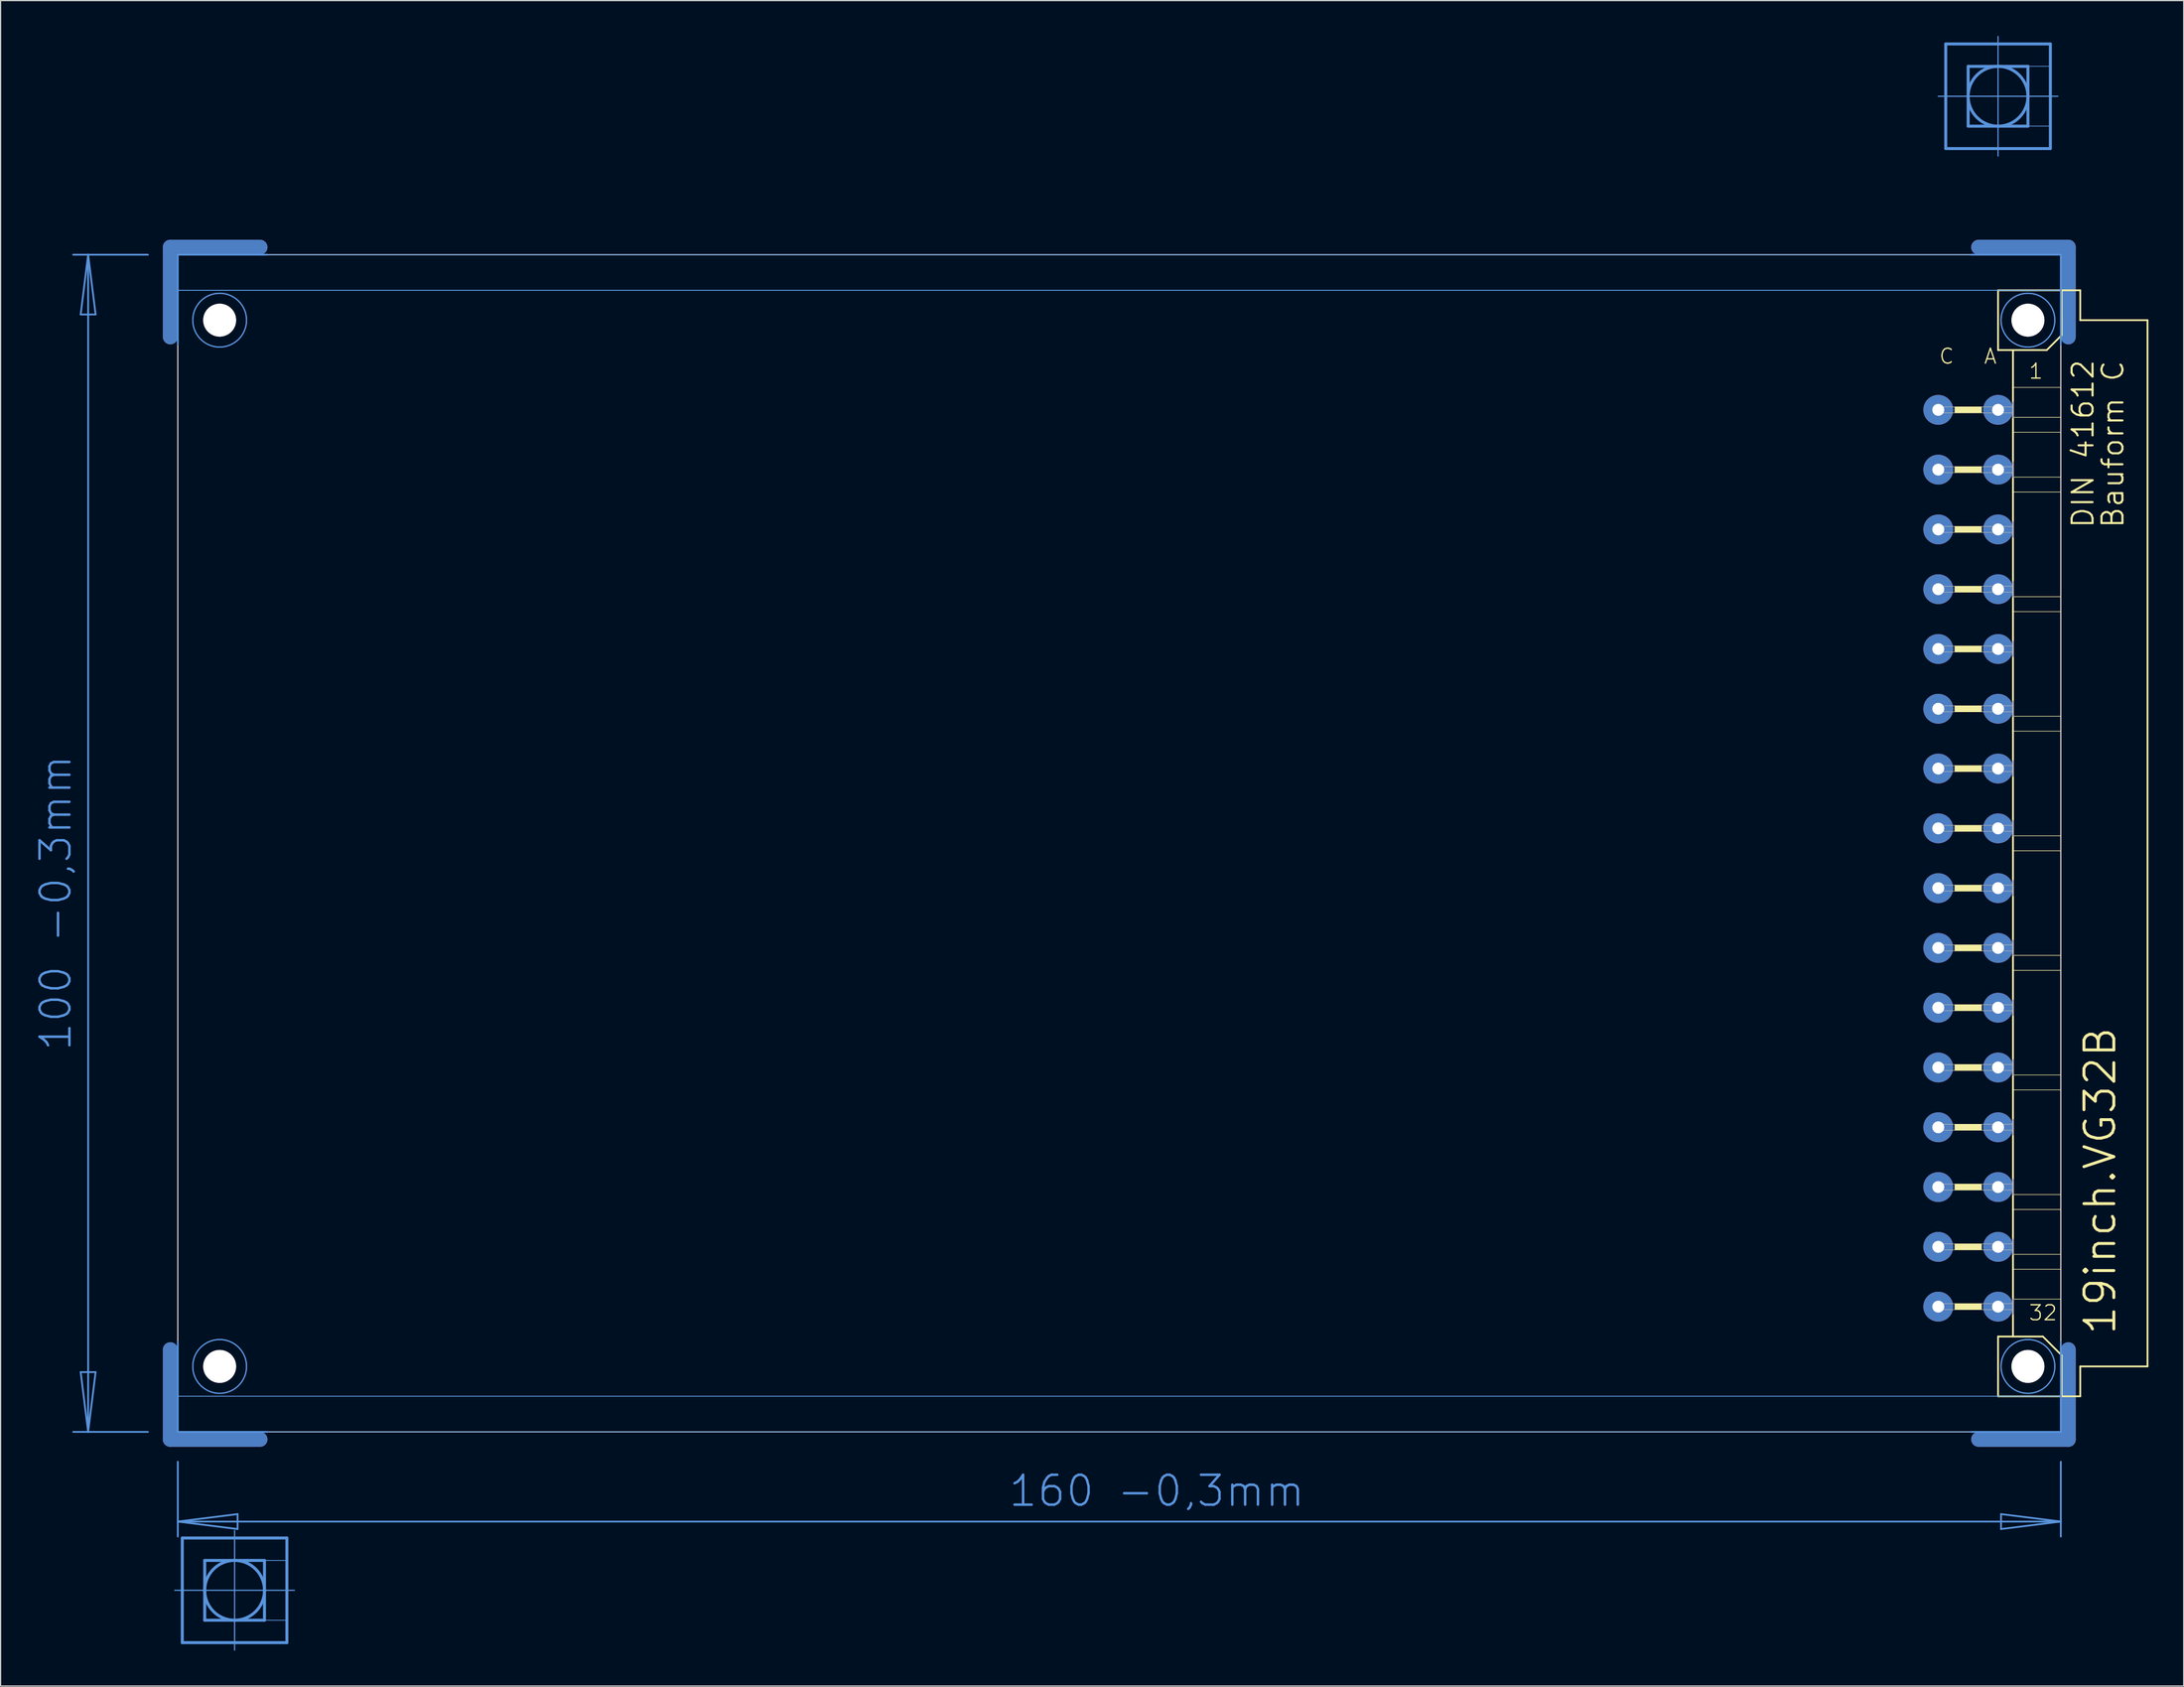
<source format=kicad_pcb>
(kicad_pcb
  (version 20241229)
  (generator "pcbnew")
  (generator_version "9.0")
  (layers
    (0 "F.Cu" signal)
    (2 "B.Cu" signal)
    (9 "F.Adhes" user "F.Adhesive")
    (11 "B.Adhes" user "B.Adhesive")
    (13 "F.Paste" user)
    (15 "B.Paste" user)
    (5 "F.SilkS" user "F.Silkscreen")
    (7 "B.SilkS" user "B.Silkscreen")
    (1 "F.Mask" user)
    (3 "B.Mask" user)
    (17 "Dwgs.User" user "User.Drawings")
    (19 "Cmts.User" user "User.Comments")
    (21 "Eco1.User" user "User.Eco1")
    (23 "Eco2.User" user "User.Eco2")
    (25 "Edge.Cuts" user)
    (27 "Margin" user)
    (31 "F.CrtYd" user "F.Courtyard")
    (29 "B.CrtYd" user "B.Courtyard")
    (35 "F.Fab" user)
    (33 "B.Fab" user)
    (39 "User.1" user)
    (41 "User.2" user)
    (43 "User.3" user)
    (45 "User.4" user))
  (footprint "19inch.VG32B"
    (layer "F.Cu")
    (at 11.806 68.605)
    (property "Reference" "19inch.VG32B" (at 165.1 41.91 90) (layer "F.SilkS") (effects (font (size 2.54 2.54) (thickness 0.25)) (justify left bottom)))
    (attr through_hole)
    (fp_line (start -0.381 -43.028) (end -0.381 -50.648) (stroke (width 1.27) (type default)) (layer "F.Cu"))
    (fp_line (start -0.381 43.028) (end -0.381 50.648) (stroke (width 1.27) (type default)) (layer "F.Cu"))
    (fp_line (start 7.239 -50.648) (end -0.381 -50.648) (stroke (width 1.27) (type default)) (layer "F.Cu"))
    (fp_line (start 7.239 50.648) (end -0.381 50.648) (stroke (width 1.27) (type default)) (layer "F.Cu"))
    (fp_line (start 153.289 -50.648) (end 160.909 -50.648) (stroke (width 1.27) (type default)) (layer "F.Cu"))
    (fp_line (start 153.289 50.648) (end 160.909 50.648) (stroke (width 1.27) (type default)) (layer "F.Cu"))
    (fp_line (start 160.909 -43.028) (end 160.909 -50.648) (stroke (width 1.27) (type default)) (layer "F.Cu"))
    (fp_line (start 160.909 43.028) (end 160.909 50.648) (stroke (width 1.27) (type default)) (layer "F.Cu"))
    (fp_line (start 0.254 -42.393) (end 0.254 -50.013) (stroke (width 0.152) (type default)) (layer "F.Mask"))
    (fp_line (start 0.254 42.393) (end 0.254 50.013) (stroke (width 0.152) (type default)) (layer "F.Mask"))
    (fp_line (start 7.874 -50.013) (end 0.254 -50.013) (stroke (width 0.152) (type default)) (layer "F.Mask"))
    (fp_line (start 7.874 50.013) (end 0.254 50.013) (stroke (width 0.152) (type default)) (layer "F.Mask"))
    (fp_line (start 152.654 -50.013) (end 160.274 -50.013) (stroke (width 0.152) (type default)) (layer "F.Mask"))
    (fp_line (start 152.654 50.013) (end 160.274 50.013) (stroke (width 0.152) (type default)) (layer "F.Mask"))
    (fp_line (start 160.274 -42.393) (end 160.274 -50.013) (stroke (width 0.152) (type default)) (layer "F.Mask"))
    (fp_line (start 160.274 42.393) (end 160.274 50.013) (stroke (width 0.152) (type default)) (layer "F.Mask"))
    (fp_line (start -0.381 -43.028) (end -0.381 -50.648) (stroke (width 1.27) (type default)) (layer "B.Cu"))
    (fp_line (start -0.381 43.028) (end -0.381 50.648) (stroke (width 1.27) (type default)) (layer "B.Cu"))
    (fp_line (start 7.239 -50.648) (end -0.381 -50.648) (stroke (width 1.27) (type default)) (layer "B.Cu"))
    (fp_line (start 7.239 50.648) (end -0.381 50.648) (stroke (width 1.27) (type default)) (layer "B.Cu"))
    (fp_line (start 153.289 -50.648) (end 160.909 -50.648) (stroke (width 1.27) (type default)) (layer "B.Cu"))
    (fp_line (start 153.289 50.648) (end 160.909 50.648) (stroke (width 1.27) (type default)) (layer "B.Cu"))
    (fp_line (start 160.909 -43.028) (end 160.909 -50.648) (stroke (width 1.27) (type default)) (layer "B.Cu"))
    (fp_line (start 160.909 43.028) (end 160.909 50.648) (stroke (width 1.27) (type default)) (layer "B.Cu"))
    (fp_line (start 0.254 -50.013) (end 7.874 -50.013) (stroke (width 0.152) (type default)) (layer "B.Mask"))
    (fp_line (start 0.254 -42.393) (end 0.254 -50.013) (stroke (width 0.152) (type default)) (layer "B.Mask"))
    (fp_line (start 0.254 50.013) (end 0.254 42.393) (stroke (width 0.152) (type default)) (layer "B.Mask"))
    (fp_line (start 7.874 50.013) (end 0.254 50.013) (stroke (width 0.152) (type default)) (layer "B.Mask"))
    (fp_line (start 152.654 -50.013) (end 160.274 -50.013) (stroke (width 0.152) (type default)) (layer "B.Mask"))
    (fp_line (start 160.274 -50.013) (end 160.274 -42.393) (stroke (width 0.152) (type default)) (layer "B.Mask"))
    (fp_line (start 160.274 42.393) (end 160.274 50.013) (stroke (width 0.152) (type default)) (layer "B.Mask"))
    (fp_line (start 160.274 50.013) (end 152.654 50.013) (stroke (width 0.152) (type default)) (layer "B.Mask"))
    (fp_line (start 154.94 -46.99) (end 154.94 -41.91) (stroke (width 0.152) (type default)) (layer "F.SilkS"))
    (fp_line (start 154.94 -41.91) (end 156.21 -41.91) (stroke (width 0.152) (type default)) (layer "F.SilkS"))
    (fp_line (start 154.94 41.91) (end 154.94 46.99) (stroke (width 0.152) (type default)) (layer "F.SilkS"))
    (fp_line (start 154.94 41.91) (end 156.21 41.91) (stroke (width 0.152) (type default)) (layer "F.SilkS"))
    (fp_line (start 154.94 46.99) (end 160.35 46.99) (stroke (width 0.152) (type default)) (layer "F.SilkS"))
    (fp_line (start 156.21 -41.91) (end 156.21 -38.735) (stroke (width 0.152) (type default)) (layer "F.SilkS"))
    (fp_line (start 156.21 -41.91) (end 159.08 -41.91) (stroke (width 0.152) (type default)) (layer "F.SilkS"))
    (fp_line (start 156.21 -38.735) (end 156.21 -37.465) (stroke (width 0.152) (type default)) (layer "F.SilkS"))
    (fp_line (start 156.21 -36.195) (end 156.21 -34.925) (stroke (width 0.152) (type default)) (layer "F.SilkS"))
    (fp_line (start 156.21 -32.385) (end 156.21 -34.925) (stroke (width 0.152) (type default)) (layer "F.SilkS"))
    (fp_line (start 156.21 -31.115) (end 156.21 -29.845) (stroke (width 0.152) (type default)) (layer "F.SilkS"))
    (fp_line (start 156.21 -27.305) (end 156.21 -29.845) (stroke (width 0.152) (type default)) (layer "F.SilkS"))
    (fp_line (start 156.21 -22.225) (end 156.21 -26.035) (stroke (width 0.152) (type default)) (layer "F.SilkS"))
    (fp_line (start 156.21 -20.955) (end 156.21 -19.685) (stroke (width 0.152) (type default)) (layer "F.SilkS"))
    (fp_line (start 156.21 -17.145) (end 156.21 -19.685) (stroke (width 0.152) (type default)) (layer "F.SilkS"))
    (fp_line (start 156.21 -12.065) (end 156.21 -15.875) (stroke (width 0.152) (type default)) (layer "F.SilkS"))
    (fp_line (start 156.21 -10.795) (end 156.21 -9.525) (stroke (width 0.152) (type default)) (layer "F.SilkS"))
    (fp_line (start 156.21 -6.985) (end 156.21 -9.525) (stroke (width 0.152) (type default)) (layer "F.SilkS"))
    (fp_line (start 156.21 -1.905) (end 156.21 -5.715) (stroke (width 0.152) (type default)) (layer "F.SilkS"))
    (fp_line (start 156.21 -0.635) (end 156.21 0.635) (stroke (width 0.152) (type default)) (layer "F.SilkS"))
    (fp_line (start 156.21 3.175) (end 156.21 0.635) (stroke (width 0.152) (type default)) (layer "F.SilkS"))
    (fp_line (start 156.21 8.255) (end 156.21 4.445) (stroke (width 0.152) (type default)) (layer "F.SilkS"))
    (fp_line (start 156.21 9.525) (end 156.21 10.795) (stroke (width 0.152) (type default)) (layer "F.SilkS"))
    (fp_line (start 156.21 13.335) (end 156.21 10.795) (stroke (width 0.152) (type default)) (layer "F.SilkS"))
    (fp_line (start 156.21 18.415) (end 156.21 14.605) (stroke (width 0.152) (type default)) (layer "F.SilkS"))
    (fp_line (start 156.21 19.685) (end 156.21 20.955) (stroke (width 0.152) (type default)) (layer "F.SilkS"))
    (fp_line (start 156.21 23.495) (end 156.21 20.955) (stroke (width 0.152) (type default)) (layer "F.SilkS"))
    (fp_line (start 156.21 28.575) (end 156.21 24.765) (stroke (width 0.152) (type default)) (layer "F.SilkS"))
    (fp_line (start 156.21 29.845) (end 156.21 31.115) (stroke (width 0.152) (type default)) (layer "F.SilkS"))
    (fp_line (start 156.21 33.655) (end 156.21 31.115) (stroke (width 0.152) (type default)) (layer "F.SilkS"))
    (fp_line (start 156.21 34.925) (end 156.21 36.195) (stroke (width 0.152) (type default)) (layer "F.SilkS"))
    (fp_line (start 156.21 36.195) (end 156.21 38.735) (stroke (width 0.152) (type default)) (layer "F.SilkS"))
    (fp_line (start 156.21 40.005) (end 156.21 41.91) (stroke (width 0.152) (type default)) (layer "F.SilkS"))
    (fp_line (start 156.21 41.91) (end 158.75 41.91) (stroke (width 0.152) (type default)) (layer "F.SilkS"))
    (fp_line (start 159.08 -41.91) (end 160.35 -43.18) (stroke (width 0.152) (type default)) (layer "F.SilkS"))
    (fp_line (start 160.274 -38.735) (end 156.21 -38.735) (stroke (width 0.051) (type default)) (layer "F.SilkS"))
    (fp_line (start 160.274 -38.735) (end 160.274 -36.195) (stroke (width 0.051) (type default)) (layer "F.SilkS"))
    (fp_line (start 160.274 -36.195) (end 156.21 -36.195) (stroke (width 0.051) (type default)) (layer "F.SilkS"))
    (fp_line (start 160.274 -34.925) (end 156.21 -34.925) (stroke (width 0.051) (type default)) (layer "F.SilkS"))
    (fp_line (start 160.274 -34.925) (end 160.274 -31.115) (stroke (width 0.051) (type default)) (layer "F.SilkS"))
    (fp_line (start 160.274 -31.115) (end 156.21 -31.115) (stroke (width 0.051) (type default)) (layer "F.SilkS"))
    (fp_line (start 160.274 -29.845) (end 156.21 -29.845) (stroke (width 0.051) (type default)) (layer "F.SilkS"))
    (fp_line (start 160.274 -29.845) (end 160.274 -20.955) (stroke (width 0.051) (type default)) (layer "F.SilkS"))
    (fp_line (start 160.274 -20.955) (end 156.21 -20.955) (stroke (width 0.051) (type default)) (layer "F.SilkS"))
    (fp_line (start 160.274 -19.685) (end 156.21 -19.685) (stroke (width 0.051) (type default)) (layer "F.SilkS"))
    (fp_line (start 160.274 -19.685) (end 160.274 -10.795) (stroke (width 0.051) (type default)) (layer "F.SilkS"))
    (fp_line (start 160.274 -10.795) (end 156.21 -10.795) (stroke (width 0.051) (type default)) (layer "F.SilkS"))
    (fp_line (start 160.274 -9.525) (end 156.21 -9.525) (stroke (width 0.051) (type default)) (layer "F.SilkS"))
    (fp_line (start 160.274 -9.525) (end 160.274 -0.635) (stroke (width 0.051) (type default)) (layer "F.SilkS"))
    (fp_line (start 160.274 -0.635) (end 156.21 -0.635) (stroke (width 0.051) (type default)) (layer "F.SilkS"))
    (fp_line (start 160.274 0.635) (end 156.21 0.635) (stroke (width 0.051) (type default)) (layer "F.SilkS"))
    (fp_line (start 160.274 0.635) (end 160.274 9.525) (stroke (width 0.051) (type default)) (layer "F.SilkS"))
    (fp_line (start 160.274 9.525) (end 156.21 9.525) (stroke (width 0.051) (type default)) (layer "F.SilkS"))
    (fp_line (start 160.274 10.795) (end 156.21 10.795) (stroke (width 0.051) (type default)) (layer "F.SilkS"))
    (fp_line (start 160.274 10.795) (end 160.274 19.685) (stroke (width 0.051) (type default)) (layer "F.SilkS"))
    (fp_line (start 160.274 19.685) (end 156.21 19.685) (stroke (width 0.051) (type default)) (layer "F.SilkS"))
    (fp_line (start 160.274 20.955) (end 156.21 20.955) (stroke (width 0.051) (type default)) (layer "F.SilkS"))
    (fp_line (start 160.274 20.955) (end 160.274 29.845) (stroke (width 0.051) (type default)) (layer "F.SilkS"))
    (fp_line (start 160.274 29.845) (end 156.21 29.845) (stroke (width 0.051) (type default)) (layer "F.SilkS"))
    (fp_line (start 160.274 31.115) (end 156.21 31.115) (stroke (width 0.051) (type default)) (layer "F.SilkS"))
    (fp_line (start 160.274 31.115) (end 160.274 34.925) (stroke (width 0.051) (type default)) (layer "F.SilkS"))
    (fp_line (start 160.274 34.925) (end 156.21 34.925) (stroke (width 0.051) (type default)) (layer "F.SilkS"))
    (fp_line (start 160.274 36.195) (end 156.21 36.195) (stroke (width 0.051) (type default)) (layer "F.SilkS"))
    (fp_line (start 160.274 36.195) (end 160.274 38.735) (stroke (width 0.051) (type default)) (layer "F.SilkS"))
    (fp_line (start 160.274 38.735) (end 156.21 38.735) (stroke (width 0.051) (type default)) (layer "F.SilkS"))
    (fp_line (start 160.35 -46.99) (end 154.94 -46.99) (stroke (width 0.152) (type default)) (layer "F.SilkS"))
    (fp_line (start 160.35 -43.18) (end 160.35 -46.99) (stroke (width 0.152) (type default)) (layer "F.SilkS"))
    (fp_line (start 160.35 43.51) (end 158.75 41.91) (stroke (width 0.152) (type default)) (layer "F.SilkS"))
    (fp_line (start 160.35 43.51) (end 160.35 46.99) (stroke (width 0.152) (type default)) (layer "F.SilkS"))
    (fp_line (start 160.35 46.99) (end 161.925 46.99) (stroke (width 0.152) (type default)) (layer "F.SilkS"))
    (fp_line (start 161.925 -46.99) (end 160.35 -46.99) (stroke (width 0.152) (type default)) (layer "F.SilkS"))
    (fp_line (start 161.925 -44.45) (end 161.925 -46.99) (stroke (width 0.152) (type default)) (layer "F.SilkS"))
    (fp_line (start 161.925 44.45) (end 167.64 44.45) (stroke (width 0.152) (type default)) (layer "F.SilkS"))
    (fp_line (start 161.925 46.99) (end 161.925 44.45) (stroke (width 0.152) (type default)) (layer "F.SilkS"))
    (fp_line (start 167.64 -44.45) (end 161.925 -44.45) (stroke (width 0.152) (type default)) (layer "F.SilkS"))
    (fp_line (start 167.64 44.45) (end 167.64 -44.45) (stroke (width 0.152) (type default)) (layer "F.SilkS"))
    (fp_rect (start 151.257 -36.576) (end 153.543 -37.084) (stroke (width 0.05) (type default)) (fill yes) (layer "F.SilkS"))
    (fp_rect (start 151.257 -31.496) (end 153.543 -32.004) (stroke (width 0.05) (type default)) (fill yes) (layer "F.SilkS"))
    (fp_rect (start 151.257 -26.416) (end 153.543 -26.924) (stroke (width 0.05) (type default)) (fill yes) (layer "F.SilkS"))
    (fp_rect (start 151.257 -21.336) (end 153.543 -21.844) (stroke (width 0.05) (type default)) (fill yes) (layer "F.SilkS"))
    (fp_rect (start 151.257 -16.256) (end 153.543 -16.764) (stroke (width 0.05) (type default)) (fill yes) (layer "F.SilkS"))
    (fp_rect (start 151.257 -11.176) (end 153.543 -11.684) (stroke (width 0.05) (type default)) (fill yes) (layer "F.SilkS"))
    (fp_rect (start 151.257 -6.096) (end 153.543 -6.604) (stroke (width 0.05) (type default)) (fill yes) (layer "F.SilkS"))
    (fp_rect (start 151.257 -1.016) (end 153.543 -1.524) (stroke (width 0.05) (type default)) (fill yes) (layer "F.SilkS"))
    (fp_rect (start 151.257 4.064) (end 153.543 3.556) (stroke (width 0.05) (type default)) (fill yes) (layer "F.SilkS"))
    (fp_rect (start 151.257 9.144) (end 153.543 8.636) (stroke (width 0.05) (type default)) (fill yes) (layer "F.SilkS"))
    (fp_rect (start 151.257 14.224) (end 153.543 13.716) (stroke (width 0.05) (type default)) (fill yes) (layer "F.SilkS"))
    (fp_rect (start 151.257 19.304) (end 153.543 18.796) (stroke (width 0.05) (type default)) (fill yes) (layer "F.SilkS"))
    (fp_rect (start 151.257 24.384) (end 153.543 23.876) (stroke (width 0.05) (type default)) (fill yes) (layer "F.SilkS"))
    (fp_rect (start 151.257 29.464) (end 153.543 28.956) (stroke (width 0.05) (type default)) (fill yes) (layer "F.SilkS"))
    (fp_rect (start 151.257 34.544) (end 153.543 34.036) (stroke (width 0.05) (type default)) (fill yes) (layer "F.SilkS"))
    (fp_rect (start 151.257 39.624) (end 153.543 39.116) (stroke (width 0.05) (type default)) (fill yes) (layer "F.SilkS"))
    (fp_circle (center 157.48 -44.45) (end 158.75 -44.45) (stroke (width 0.152) (type default)) (fill no) (layer "F.SilkS"))
    (fp_circle (center 157.48 44.45) (end 158.75 44.45) (stroke (width 0.152) (type default)) (fill no) (layer "F.SilkS"))
    (fp_line (start -8.636 -50.013) (end -7.366 -50.013) (stroke (width 0.152) (type default)) (layer "Cmts.User"))
    (fp_line (start -8.636 50.013) (end -7.366 50.013) (stroke (width 0.152) (type default)) (layer "Cmts.User"))
    (fp_line (start -8.001 -44.933) (end -7.366 -50.013) (stroke (width 0.152) (type default)) (layer "Cmts.User"))
    (fp_line (start -8.001 44.933) (end -6.731 44.933) (stroke (width 0.152) (type default)) (layer "Cmts.User"))
    (fp_line (start -7.366 -50.013) (end -6.731 -44.933) (stroke (width 0.152) (type default)) (layer "Cmts.User"))
    (fp_line (start -7.366 -50.013) (end -2.286 -50.013) (stroke (width 0.152) (type default)) (layer "Cmts.User"))
    (fp_line (start -7.366 50.013) (end -8.001 44.933) (stroke (width 0.152) (type default)) (layer "Cmts.User"))
    (fp_line (start -7.366 50.013) (end -7.366 -50.013) (stroke (width 0.152) (type default)) (layer "Cmts.User"))
    (fp_line (start -7.366 50.013) (end -2.286 50.013) (stroke (width 0.152) (type default)) (layer "Cmts.User"))
    (fp_line (start -6.731 -44.933) (end -8.001 -44.933) (stroke (width 0.152) (type default)) (layer "Cmts.User"))
    (fp_line (start -6.731 44.933) (end -7.366 50.013) (stroke (width 0.152) (type default)) (layer "Cmts.User"))
    (fp_line (start 0 63.475) (end 0.635 63.475) (stroke (width 0.102) (type default)) (layer "Cmts.User"))
    (fp_line (start 0.254 -50.013) (end 7.874 -50.013) (stroke (width 0.152) (type default)) (layer "Cmts.User"))
    (fp_line (start 0.254 -42.393) (end 0.254 -50.013) (stroke (width 0.152) (type default)) (layer "Cmts.User"))
    (fp_line (start 0.254 50.013) (end 0.254 42.393) (stroke (width 0.152) (type default)) (layer "Cmts.User"))
    (fp_line (start 0.254 57.633) (end 0.254 52.553) (stroke (width 0.152) (type default)) (layer "Cmts.User"))
    (fp_line (start 0.254 57.633) (end 5.334 56.998) (stroke (width 0.152) (type default)) (layer "Cmts.User"))
    (fp_line (start 0.254 57.633) (end 160.274 57.633) (stroke (width 0.152) (type default)) (layer "Cmts.User"))
    (fp_line (start 0.254 58.903) (end 0.254 57.633) (stroke (width 0.152) (type default)) (layer "Cmts.User"))
    (fp_line (start 0.635 59.03) (end 9.525 59.03) (stroke (width 0.254) (type default)) (layer "Cmts.User"))
    (fp_line (start 0.635 63.475) (end 0.635 59.03) (stroke (width 0.254) (type default)) (layer "Cmts.User"))
    (fp_line (start 0.635 63.475) (end 10.16 63.475) (stroke (width 0.102) (type default)) (layer "Cmts.User"))
    (fp_line (start 0.635 67.92) (end 0.635 63.475) (stroke (width 0.254) (type default)) (layer "Cmts.User"))
    (fp_line (start 2.54 60.935) (end 2.54 66.015) (stroke (width 0.254) (type default)) (layer "Cmts.User"))
    (fp_line (start 2.54 66.015) (end 7.62 66.015) (stroke (width 0.254) (type default)) (layer "Cmts.User"))
    (fp_line (start 5.08 68.555) (end 5.08 58.395) (stroke (width 0.102) (type default)) (layer "Cmts.User"))
    (fp_line (start 5.334 56.998) (end 5.334 58.268) (stroke (width 0.152) (type default)) (layer "Cmts.User"))
    (fp_line (start 5.334 58.268) (end 0.254 57.633) (stroke (width 0.152) (type default)) (layer "Cmts.User"))
    (fp_line (start 7.62 60.935) (end 2.54 60.935) (stroke (width 0.254) (type default)) (layer "Cmts.User"))
    (fp_line (start 7.62 66.015) (end 7.62 60.935) (stroke (width 0.254) (type default)) (layer "Cmts.User"))
    (fp_line (start 7.874 50.013) (end 0.254 50.013) (stroke (width 0.152) (type default)) (layer "Cmts.User"))
    (fp_line (start 9.525 59.03) (end 9.525 67.92) (stroke (width 0.254) (type default)) (layer "Cmts.User"))
    (fp_line (start 9.525 67.92) (end 0.635 67.92) (stroke (width 0.254) (type default)) (layer "Cmts.User"))
    (fp_line (start 149.86 -63.475) (end 150.495 -63.475) (stroke (width 0.102) (type default)) (layer "Cmts.User"))
    (fp_line (start 150.495 -67.92) (end 159.385 -67.92) (stroke (width 0.254) (type default)) (layer "Cmts.User"))
    (fp_line (start 150.495 -63.475) (end 150.495 -67.92) (stroke (width 0.254) (type default)) (layer "Cmts.User"))
    (fp_line (start 150.495 -63.475) (end 160.02 -63.475) (stroke (width 0.102) (type default)) (layer "Cmts.User"))
    (fp_line (start 150.495 -59.03) (end 150.495 -63.475) (stroke (width 0.254) (type default)) (layer "Cmts.User"))
    (fp_line (start 152.4 -66.015) (end 152.4 -60.935) (stroke (width 0.254) (type default)) (layer "Cmts.User"))
    (fp_line (start 152.4 -60.935) (end 157.48 -60.935) (stroke (width 0.254) (type default)) (layer "Cmts.User"))
    (fp_line (start 152.654 -50.013) (end 160.274 -50.013) (stroke (width 0.152) (type default)) (layer "Cmts.User"))
    (fp_line (start 154.94 -58.395) (end 154.94 -68.555) (stroke (width 0.102) (type default)) (layer "Cmts.User"))
    (fp_line (start 155.194 56.998) (end 160.274 57.633) (stroke (width 0.152) (type default)) (layer "Cmts.User"))
    (fp_line (start 155.194 58.268) (end 155.194 56.998) (stroke (width 0.152) (type default)) (layer "Cmts.User"))
    (fp_line (start 157.48 -66.015) (end 152.4 -66.015) (stroke (width 0.254) (type default)) (layer "Cmts.User"))
    (fp_line (start 157.48 -60.935) (end 157.48 -66.015) (stroke (width 0.254) (type default)) (layer "Cmts.User"))
    (fp_line (start 159.385 -67.92) (end 159.385 -59.03) (stroke (width 0.254) (type default)) (layer "Cmts.User"))
    (fp_line (start 159.385 -59.03) (end 150.495 -59.03) (stroke (width 0.254) (type default)) (layer "Cmts.User"))
    (fp_line (start 160.274 -50.013) (end 160.274 -42.393) (stroke (width 0.152) (type default)) (layer "Cmts.User"))
    (fp_line (start 160.274 42.393) (end 160.274 50.013) (stroke (width 0.152) (type default)) (layer "Cmts.User"))
    (fp_line (start 160.274 50.013) (end 152.654 50.013) (stroke (width 0.152) (type default)) (layer "Cmts.User"))
    (fp_line (start 160.274 57.633) (end 155.194 58.268) (stroke (width 0.152) (type default)) (layer "Cmts.User"))
    (fp_line (start 160.274 57.633) (end 160.274 52.553) (stroke (width 0.152) (type default)) (layer "Cmts.User"))
    (fp_line (start 160.274 58.903) (end 160.274 57.633) (stroke (width 0.152) (type default)) (layer "Cmts.User"))
    (fp_rect (start 0.254 -46.99) (end 160.274 -50.013) (stroke (width 0.05) (type default)) (fill no) (layer "Cmts.User"))
    (fp_rect (start 0.254 50.013) (end 160.274 46.99) (stroke (width 0.05) (type default)) (fill no) (layer "Cmts.User"))
    (fp_rect (start 5.08 60.935) (end 9.525 59.03) (stroke (width 0.05) (type default)) (fill no) (layer "Cmts.User"))
    (fp_rect (start 5.08 67.92) (end 9.525 66.015) (stroke (width 0.05) (type default)) (fill no) (layer "Cmts.User"))
    (fp_rect (start 7.62 66.015) (end 9.525 60.935) (stroke (width 0.05) (type default)) (fill no) (layer "Cmts.User"))
    (fp_rect (start 154.94 -66.015) (end 159.385 -67.92) (stroke (width 0.05) (type default)) (fill no) (layer "Cmts.User"))
    (fp_rect (start 154.94 -59.03) (end 159.385 -60.935) (stroke (width 0.05) (type default)) (fill no) (layer "Cmts.User"))
    (fp_rect (start 157.48 -60.935) (end 159.385 -66.015) (stroke (width 0.05) (type default)) (fill no) (layer "Cmts.User"))
    (fp_circle (center 3.81 -44.45) (end 6.096 -44.45) (stroke (width 0.1) (type default)) (fill no) (layer "Cmts.User"))
    (fp_circle (center 3.81 -44.45) (end 6.096 -44.45) (stroke (width 0.1) (type default)) (fill no) (layer "Cmts.User"))
    (fp_circle (center 3.81 44.45) (end 6.096 44.45) (stroke (width 0.1) (type default)) (fill no) (layer "Cmts.User"))
    (fp_circle (center 3.81 44.45) (end 6.096 44.45) (stroke (width 0.1) (type default)) (fill no) (layer "Cmts.User"))
    (fp_circle (center 5.08 63.475) (end 7.62 63.475) (stroke (width 0.254) (type default)) (fill no) (layer "Cmts.User"))
    (fp_circle (center 154.94 -63.475) (end 157.48 -63.475) (stroke (width 0.254) (type default)) (fill no) (layer "Cmts.User"))
    (fp_circle (center 157.48 -44.45) (end 159.766 -44.45) (stroke (width 0.1) (type default)) (fill no) (layer "Cmts.User"))
    (fp_circle (center 157.48 -44.45) (end 159.766 -44.45) (stroke (width 0.1) (type default)) (fill no) (layer "Cmts.User"))
    (fp_circle (center 157.48 44.45) (end 159.766 44.45) (stroke (width 0.1) (type default)) (fill no) (layer "Cmts.User"))
    (fp_circle (center 157.48 44.45) (end 159.766 44.45) (stroke (width 0.1) (type default)) (fill no) (layer "Cmts.User"))
    (fp_line (start 0.254 -50.013) (end 0.254 50.013) (stroke (width 0.1) (type default)) (layer "Edge.Cuts"))
    (fp_line (start 0.254 50.013) (end 160.274 50.013) (stroke (width 0.1) (type default)) (layer "Edge.Cuts"))
    (fp_line (start 160.274 -50.013) (end 0.254 -50.013) (stroke (width 0.1) (type default)) (layer "Edge.Cuts"))
    (fp_line (start 160.274 50.013) (end 160.274 -50.013) (stroke (width 0.1) (type default)) (layer "Edge.Cuts"))
    (fp_line (start 0.254 -46.99) (end 0.254 -50.013) (stroke (width 0.051) (type default)) (layer "B.CrtYd"))
    (fp_line (start 0.254 46.99) (end 0.254 50.013) (stroke (width 0.051) (type default)) (layer "B.CrtYd"))
    (fp_line (start 160.274 -50.013) (end 0.254 -50.013) (stroke (width 0.051) (type default)) (layer "B.CrtYd"))
    (fp_line (start 160.274 -50.013) (end 160.274 -46.99) (stroke (width 0.051) (type default)) (layer "B.CrtYd"))
    (fp_line (start 160.274 50.013) (end 0.254 50.013) (stroke (width 0.051) (type default)) (layer "B.CrtYd"))
    (fp_line (start 160.274 50.013) (end 160.274 46.99) (stroke (width 0.051) (type default)) (layer "B.CrtYd"))
    (fp_rect (start 0.254 -46.99) (end 160.274 -50.013) (stroke (width 0.05) (type default)) (fill no) (layer "B.CrtYd"))
    (fp_rect (start 0.254 50.013) (end 160.274 46.99) (stroke (width 0.05) (type default)) (fill no) (layer "B.CrtYd"))
    (fp_line (start 0.254 -46.99) (end 0.254 -50.013) (stroke (width 0.051) (type default)) (layer "F.CrtYd"))
    (fp_line (start 0.254 46.99) (end 0.254 50.013) (stroke (width 0.051) (type default)) (layer "F.CrtYd"))
    (fp_line (start 160.274 -50.013) (end 0.254 -50.013) (stroke (width 0.051) (type default)) (layer "F.CrtYd"))
    (fp_line (start 160.274 -50.013) (end 160.274 -46.99) (stroke (width 0.051) (type default)) (layer "F.CrtYd"))
    (fp_line (start 160.274 50.013) (end 0.254 50.013) (stroke (width 0.051) (type default)) (layer "F.CrtYd"))
    (fp_line (start 160.274 50.013) (end 160.274 46.99) (stroke (width 0.051) (type default)) (layer "F.CrtYd"))
    (fp_rect (start 0.254 -46.99) (end 160.274 -50.013) (stroke (width 0.05) (type default)) (fill no) (layer "F.CrtYd"))
    (fp_rect (start 0.254 50.013) (end 160.274 46.99) (stroke (width 0.05) (type default)) (fill no) (layer "F.CrtYd"))
    (fp_line (start 156.21 -36.195) (end 156.21 -37.465) (stroke (width 0.152) (type default)) (layer "F.Fab"))
    (fp_line (start 156.21 -31.115) (end 156.21 -32.385) (stroke (width 0.152) (type default)) (layer "F.Fab"))
    (fp_line (start 156.21 -26.035) (end 156.21 -27.305) (stroke (width 0.152) (type default)) (layer "F.Fab"))
    (fp_line (start 156.21 -20.955) (end 156.21 -22.225) (stroke (width 0.152) (type default)) (layer "F.Fab"))
    (fp_line (start 156.21 -15.875) (end 156.21 -17.145) (stroke (width 0.152) (type default)) (layer "F.Fab"))
    (fp_line (start 156.21 -10.795) (end 156.21 -12.065) (stroke (width 0.152) (type default)) (layer "F.Fab"))
    (fp_line (start 156.21 -5.715) (end 156.21 -6.985) (stroke (width 0.152) (type default)) (layer "F.Fab"))
    (fp_line (start 156.21 -0.635) (end 156.21 -1.905) (stroke (width 0.152) (type default)) (layer "F.Fab"))
    (fp_line (start 156.21 4.445) (end 156.21 3.175) (stroke (width 0.152) (type default)) (layer "F.Fab"))
    (fp_line (start 156.21 9.525) (end 156.21 8.255) (stroke (width 0.152) (type default)) (layer "F.Fab"))
    (fp_line (start 156.21 14.605) (end 156.21 13.335) (stroke (width 0.152) (type default)) (layer "F.Fab"))
    (fp_line (start 156.21 19.685) (end 156.21 18.415) (stroke (width 0.152) (type default)) (layer "F.Fab"))
    (fp_line (start 156.21 24.765) (end 156.21 23.495) (stroke (width 0.152) (type default)) (layer "F.Fab"))
    (fp_line (start 156.21 29.845) (end 156.21 28.575) (stroke (width 0.152) (type default)) (layer "F.Fab"))
    (fp_line (start 156.21 34.925) (end 156.21 33.655) (stroke (width 0.152) (type default)) (layer "F.Fab"))
    (fp_line (start 156.21 40.005) (end 156.21 38.735) (stroke (width 0.152) (type default)) (layer "F.Fab"))
    (fp_rect (start 149.606 -36.576) (end 151.257 -37.084) (stroke (width 0.05) (type default)) (fill no) (layer "F.Fab"))
    (fp_rect (start 149.606 -31.496) (end 151.257 -32.004) (stroke (width 0.05) (type default)) (fill no) (layer "F.Fab"))
    (fp_rect (start 149.606 -26.416) (end 151.257 -26.924) (stroke (width 0.05) (type default)) (fill no) (layer "F.Fab"))
    (fp_rect (start 149.606 -21.336) (end 151.257 -21.844) (stroke (width 0.05) (type default)) (fill no) (layer "F.Fab"))
    (fp_rect (start 149.606 -16.256) (end 151.257 -16.764) (stroke (width 0.05) (type default)) (fill no) (layer "F.Fab"))
    (fp_rect (start 149.606 -11.176) (end 151.257 -11.684) (stroke (width 0.05) (type default)) (fill no) (layer "F.Fab"))
    (fp_rect (start 149.606 -6.096) (end 151.257 -6.604) (stroke (width 0.05) (type default)) (fill no) (layer "F.Fab"))
    (fp_rect (start 149.606 -1.016) (end 151.257 -1.524) (stroke (width 0.05) (type default)) (fill no) (layer "F.Fab"))
    (fp_rect (start 149.606 4.064) (end 151.257 3.556) (stroke (width 0.05) (type default)) (fill no) (layer "F.Fab"))
    (fp_rect (start 149.606 9.144) (end 151.257 8.636) (stroke (width 0.05) (type default)) (fill no) (layer "F.Fab"))
    (fp_rect (start 149.606 14.224) (end 151.257 13.716) (stroke (width 0.05) (type default)) (fill no) (layer "F.Fab"))
    (fp_rect (start 149.606 19.304) (end 151.257 18.796) (stroke (width 0.05) (type default)) (fill no) (layer "F.Fab"))
    (fp_rect (start 149.606 24.384) (end 151.257 23.876) (stroke (width 0.05) (type default)) (fill no) (layer "F.Fab"))
    (fp_rect (start 149.606 29.464) (end 151.257 28.956) (stroke (width 0.05) (type default)) (fill no) (layer "F.Fab"))
    (fp_rect (start 149.606 34.544) (end 151.257 34.036) (stroke (width 0.05) (type default)) (fill no) (layer "F.Fab"))
    (fp_rect (start 149.606 39.624) (end 151.257 39.116) (stroke (width 0.05) (type default)) (fill no) (layer "F.Fab"))
    (fp_rect (start 153.543 -36.576) (end 156.21 -37.084) (stroke (width 0.05) (type default)) (fill no) (layer "F.Fab"))
    (fp_rect (start 153.543 -31.496) (end 156.21 -32.004) (stroke (width 0.05) (type default)) (fill no) (layer "F.Fab"))
    (fp_rect (start 153.543 -26.416) (end 156.21 -26.924) (stroke (width 0.05) (type default)) (fill no) (layer "F.Fab"))
    (fp_rect (start 153.543 -21.336) (end 156.21 -21.844) (stroke (width 0.05) (type default)) (fill no) (layer "F.Fab"))
    (fp_rect (start 153.543 -16.256) (end 156.21 -16.764) (stroke (width 0.05) (type default)) (fill no) (layer "F.Fab"))
    (fp_rect (start 153.543 -11.176) (end 156.21 -11.684) (stroke (width 0.05) (type default)) (fill no) (layer "F.Fab"))
    (fp_rect (start 153.543 -6.096) (end 156.21 -6.604) (stroke (width 0.05) (type default)) (fill no) (layer "F.Fab"))
    (fp_rect (start 153.543 -1.016) (end 156.21 -1.524) (stroke (width 0.05) (type default)) (fill no) (layer "F.Fab"))
    (fp_rect (start 153.543 4.064) (end 156.21 3.556) (stroke (width 0.05) (type default)) (fill no) (layer "F.Fab"))
    (fp_rect (start 153.543 9.144) (end 156.21 8.636) (stroke (width 0.05) (type default)) (fill no) (layer "F.Fab"))
    (fp_rect (start 153.543 14.224) (end 156.21 13.716) (stroke (width 0.05) (type default)) (fill no) (layer "F.Fab"))
    (fp_rect (start 153.543 19.304) (end 156.21 18.796) (stroke (width 0.05) (type default)) (fill no) (layer "F.Fab"))
    (fp_rect (start 153.543 24.384) (end 156.21 23.876) (stroke (width 0.05) (type default)) (fill no) (layer "F.Fab"))
    (fp_rect (start 153.543 29.464) (end 156.21 28.956) (stroke (width 0.05) (type default)) (fill no) (layer "F.Fab"))
    (fp_rect (start 153.543 34.544) (end 156.21 34.036) (stroke (width 0.05) (type default)) (fill no) (layer "F.Fab"))
    (fp_rect (start 153.543 39.624) (end 156.21 39.116) (stroke (width 0.05) (type default)) (fill no) (layer "F.Fab"))
    (fp_text user "A" (at 153.67 -40.64 0) (layer "F.SilkS") (effects (font (size 1.27 1.27) (thickness 0.11)) (justify left bottom)))
    (fp_text user "C" (at 149.86 -40.64 0) (layer "F.SilkS") (effects (font (size 1.27 1.27) (thickness 0.11)) (justify left bottom)))
    (fp_text user "32" (at 157.48 40.64 0) (layer "F.SilkS") (effects (font (size 1.27 1.27) (thickness 0.11)) (justify left bottom)))
    (fp_text user "1" (at 157.48 -39.37 0) (layer "F.SilkS") (effects (font (size 1.27 1.27) (thickness 0.11)) (justify left bottom)))
    (fp_text user "Bauform C" (at 165.735 -26.67 90) (layer "F.SilkS") (effects (font (size 1.778 1.778) (thickness 0.18)) (justify left bottom)))
    (fp_text user "DIN 41612" (at 163.195 -26.67 90) (layer "F.SilkS") (effects (font (size 1.778 1.778) (thickness 0.18)) (justify left bottom)))
    (fp_text user "160 -0,3mm" (at 70.739 56.515 0) (layer "Cmts.User") (effects (font (size 2.54 2.54) (thickness 0.21)) (justify left bottom)))
    (fp_text user "100 -0,3mm" (at -8.636 17.78 90) (layer "Cmts.User") (effects (font (size 2.54 2.54) (thickness 0.21)) (justify left bottom)))
    (pad "" np_thru_hole circle (at 3.81 -44.45) (size 2.794 2.794) (drill 2.794) (layers "*.Cu" "*.Mask"))
    (pad "" np_thru_hole circle (at 3.81 -44.45) (size 2.794 2.794) (drill 2.794) (layers "*.Cu" "*.Mask"))
    (pad "" np_thru_hole circle (at 3.81 44.45) (size 2.794 2.794) (drill 2.794) (layers "*.Cu" "*.Mask"))
    (pad "" np_thru_hole circle (at 3.81 44.45) (size 2.794 2.794) (drill 2.794) (layers "*.Cu" "*.Mask"))
    (pad "" np_thru_hole circle (at 157.48 -44.45) (size 2.794 2.794) (drill 2.794) (layers "*.Cu" "*.Mask"))
    (pad "" np_thru_hole circle (at 157.48 -44.45) (size 2.794 2.794) (drill 2.794) (layers "*.Cu" "*.Mask"))
    (pad "" np_thru_hole circle (at 157.48 44.45) (size 2.794 2.794) (drill 2.794) (layers "*.Cu" "*.Mask"))
    (pad "" np_thru_hole circle (at 157.48 44.45) (size 2.794 2.794) (drill 2.794) (layers "*.Cu" "*.Mask"))
    (pad "A2" thru_hole circle (at 154.94 -36.83) (size 2.54 2.54) (drill 1.016) (layers "*.Cu" "*.Mask"))
    (pad "A4" thru_hole circle (at 154.94 -31.75) (size 2.54 2.54) (drill 1.016) (layers "*.Cu" "*.Mask"))
    (pad "A6" thru_hole circle (at 154.94 -26.67) (size 2.54 2.54) (drill 1.016) (layers "*.Cu" "*.Mask"))
    (pad "A8" thru_hole circle (at 154.94 -21.59) (size 2.54 2.54) (drill 1.016) (layers "*.Cu" "*.Mask"))
    (pad "A10" thru_hole circle (at 154.94 -16.51) (size 2.54 2.54) (drill 1.016) (layers "*.Cu" "*.Mask"))
    (pad "A12" thru_hole circle (at 154.94 -11.43) (size 2.54 2.54) (drill 1.016) (layers "*.Cu" "*.Mask"))
    (pad "A14" thru_hole circle (at 154.94 -6.35) (size 2.54 2.54) (drill 1.016) (layers "*.Cu" "*.Mask"))
    (pad "A16" thru_hole circle (at 154.94 -1.27) (size 2.54 2.54) (drill 1.016) (layers "*.Cu" "*.Mask"))
    (pad "A18" thru_hole circle (at 154.94 3.81) (size 2.54 2.54) (drill 1.016) (layers "*.Cu" "*.Mask"))
    (pad "A20" thru_hole circle (at 154.94 8.89) (size 2.54 2.54) (drill 1.016) (layers "*.Cu" "*.Mask"))
    (pad "A22" thru_hole circle (at 154.94 13.97) (size 2.54 2.54) (drill 1.016) (layers "*.Cu" "*.Mask"))
    (pad "A24" thru_hole circle (at 154.94 19.05) (size 2.54 2.54) (drill 1.016) (layers "*.Cu" "*.Mask"))
    (pad "A26" thru_hole circle (at 154.94 24.13) (size 2.54 2.54) (drill 1.016) (layers "*.Cu" "*.Mask"))
    (pad "A28" thru_hole circle (at 154.94 29.21) (size 2.54 2.54) (drill 1.016) (layers "*.Cu" "*.Mask"))
    (pad "A30" thru_hole circle (at 154.94 34.29) (size 2.54 2.54) (drill 1.016) (layers "*.Cu" "*.Mask"))
    (pad "A32" thru_hole circle (at 154.94 39.37) (size 2.54 2.54) (drill 1.016) (layers "*.Cu" "*.Mask"))
    (pad "C2" thru_hole circle (at 149.86 -36.83) (size 2.54 2.54) (drill 1.016) (layers "*.Cu" "*.Mask"))
    (pad "C4" thru_hole circle (at 149.86 -31.75) (size 2.54 2.54) (drill 1.016) (layers "*.Cu" "*.Mask"))
    (pad "C6" thru_hole circle (at 149.86 -26.67) (size 2.54 2.54) (drill 1.016) (layers "*.Cu" "*.Mask"))
    (pad "C8" thru_hole circle (at 149.86 -21.59) (size 2.54 2.54) (drill 1.016) (layers "*.Cu" "*.Mask"))
    (pad "C10" thru_hole circle (at 149.86 -16.51) (size 2.54 2.54) (drill 1.016) (layers "*.Cu" "*.Mask"))
    (pad "C12" thru_hole circle (at 149.86 -11.43) (size 2.54 2.54) (drill 1.016) (layers "*.Cu" "*.Mask"))
    (pad "C14" thru_hole circle (at 149.86 -6.35) (size 2.54 2.54) (drill 1.016) (layers "*.Cu" "*.Mask"))
    (pad "C16" thru_hole circle (at 149.86 -1.27) (size 2.54 2.54) (drill 1.016) (layers "*.Cu" "*.Mask"))
    (pad "C18" thru_hole circle (at 149.86 3.81) (size 2.54 2.54) (drill 1.016) (layers "*.Cu" "*.Mask"))
    (pad "C20" thru_hole circle (at 149.86 8.89) (size 2.54 2.54) (drill 1.016) (layers "*.Cu" "*.Mask"))
    (pad "C22" thru_hole circle (at 149.86 13.97) (size 2.54 2.54) (drill 1.016) (layers "*.Cu" "*.Mask"))
    (pad "C24" thru_hole circle (at 149.86 19.05) (size 2.54 2.54) (drill 1.016) (layers "*.Cu" "*.Mask"))
    (pad "C26" thru_hole circle (at 149.86 24.13) (size 2.54 2.54) (drill 1.016) (layers "*.Cu" "*.Mask"))
    (pad "C28" thru_hole circle (at 149.86 29.21) (size 2.54 2.54) (drill 1.016) (layers "*.Cu" "*.Mask"))
    (pad "C30" thru_hole circle (at 149.86 34.29) (size 2.54 2.54) (drill 1.016) (layers "*.Cu" "*.Mask"))
    (pad "C32" thru_hole circle (at 149.86 39.37) (size 2.54 2.54) (drill 1.016) (layers "*.Cu" "*.Mask")))
  (gr_rect
    (start -3 -3)
    (end 182.522 140.211)
    (stroke (width 0.1) (type default))
    (fill no)
    (layer "Edge.Cuts")))
</source>
